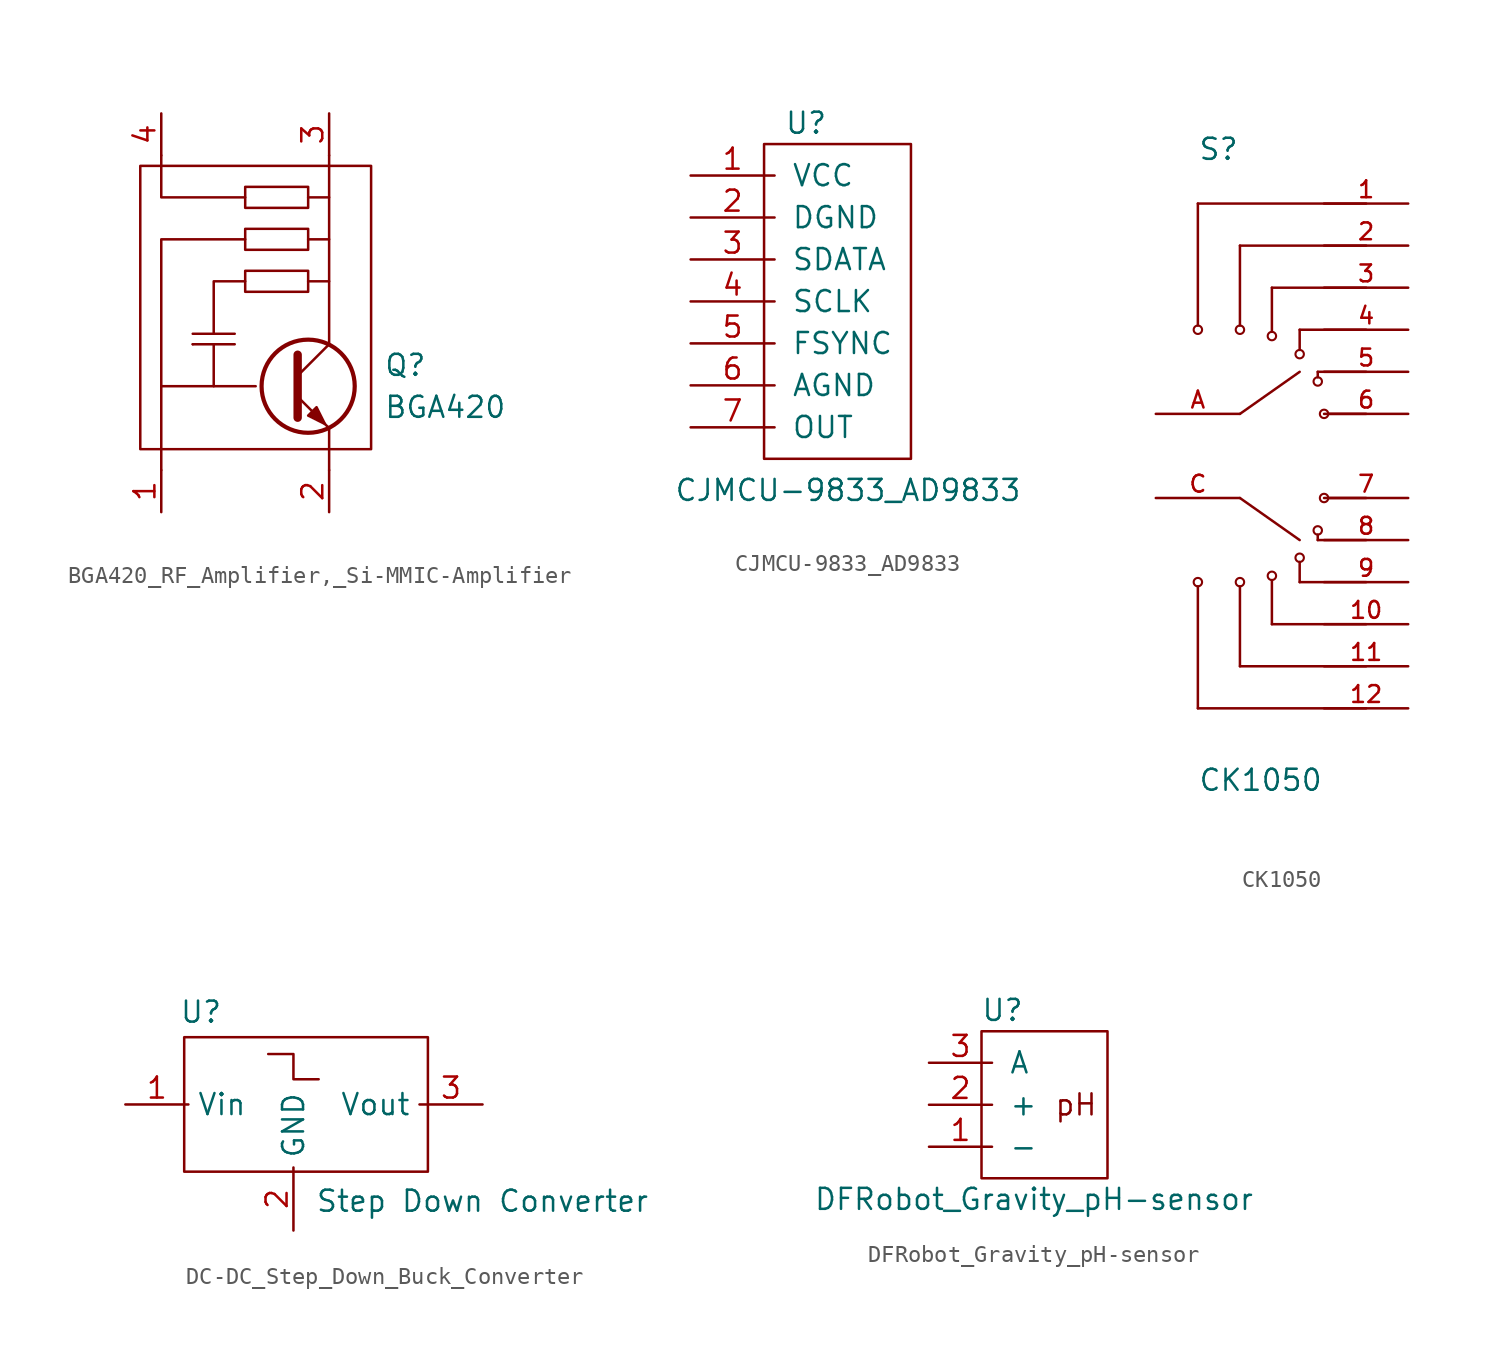
<source format=kicad_sym>
(kicad_symbol_lib
  (version 20231120)
  (generator "kicad_symbol_editor")
  (generator_version "8.0")
  (symbol "BGA420_RF_Amplifier,_Si-MMIC-Amplifier"
    (pin_names
      (offset 0) hide)
    (property "Reference" "Q"
      (at 5.842 1.27 0)
      (effects (font (size 1.27 1.27)) (justify left)))
    (property "Value" "BGA420"
      (at 5.842 -1.27 0)
      (effects (font (size 1.27 1.27)) (justify left)))
    (symbol "BGA420_RF_Amplifier,_Si-MMIC-Amplifier_0_1"
      (polyline (pts (xy -7.62 -5.08) (xy -7.62 0)) (stroke (width 0) (type default)) (fill (type none)))
      (polyline (pts (xy -7.62 0) (xy -4.445 0)) (stroke (width 0) (type default)) (fill (type none)))
      (polyline (pts (xy -5.715 2.54) (xy -5.715 2.54)) (stroke (width 0) (type default)) (fill (type none)))
      (polyline (pts (xy -5.715 3.175) (xy -3.175 3.175)) (stroke (width 0) (type default)) (fill (type none)))
      (polyline (pts (xy -3.175 2.54) (xy -5.715 2.54)) (stroke (width 0) (type default)) (fill (type none)))
      (polyline (pts (xy 0.635 0.635) (xy 2.54 2.54)) (stroke (width 0) (type default)) (fill (type none)))
      (polyline (pts (xy 1.27 6.35) (xy 2.54 6.35)) (stroke (width 0) (type default)) (fill (type none)))
      (polyline (pts (xy 1.27 8.89) (xy 2.54 8.89)) (stroke (width 0) (type default)) (fill (type none)))
      (polyline (pts (xy 1.27 11.43) (xy 2.54 11.43)) (stroke (width 0) (type default)) (fill (type none)))
      (polyline (pts (xy 2.54 -5.08) (xy 2.54 -2.54)) (stroke (width 0) (type default)) (fill (type none)))
      (polyline (pts (xy 2.54 2.54) (xy 2.54 13.97)) (stroke (width 0) (type default)) (fill (type none)))
      (polyline (pts (xy -2.54 6.35) (xy -4.445 6.35) (xy -4.445 3.175)) (stroke (width 0) (type default)) (fill (type none)))
      (polyline (pts (xy -2.54 8.89) (xy -7.62 8.89) (xy -7.62 0)) (stroke (width 0) (type default)) (fill (type none)))
      (polyline (pts (xy -2.54 11.43) (xy -7.62 11.43) (xy -7.62 13.97)) (stroke (width 0) (type default)) (fill (type none)))
      (polyline (pts (xy -1.905 0) (xy -4.445 0) (xy -4.445 2.54)) (stroke (width 0) (type default)) (fill (type none)))
      (polyline (pts (xy 0.635 -0.635) (xy 2.54 -2.54) (xy 2.54 -2.54)) (stroke (width 0) (type default)) (fill (type none)))
      (polyline (pts (xy 0.635 1.905) (xy 0.635 -1.905) (xy 0.635 -1.905)) (stroke (width 0.508) (type default)) (fill (type none)))
      (polyline (pts (xy 1.27 -1.778) (xy 1.778 -1.27) (xy 2.286 -2.286) (xy 1.27 -1.778) (xy 1.27 -1.778)) (stroke (width 0) (type default)) (fill (type outline)))
      (polyline (pts (xy 1.27 5.715) (xy 1.27 6.985) (xy -2.54 6.985) (xy -2.54 5.715) (xy 1.27 5.715)) (stroke (width 0) (type default)) (fill (type none)))
      (polyline (pts (xy 1.27 8.255) (xy 1.27 9.525) (xy -2.54 9.525) (xy -2.54 8.255) (xy 1.27 8.255)) (stroke (width 0) (type default)) (fill (type none)))
      (polyline (pts (xy 1.27 10.795) (xy 1.27 12.065) (xy -2.54 12.065) (xy -2.54 10.795) (xy 1.27 10.795)) (stroke (width 0) (type default)) (fill (type none)))
      (circle (center 1.27 0) (radius 2.819) (stroke (width 0.254) (type default)) (fill (type none)))
      (rectangle (start 5.08 -3.81) (end -8.89 13.335) (stroke (width 0) (type default)) (fill (type none))))
    (symbol "BGA420_RF_Amplifier,_Si-MMIC-Amplifier_1_1"
      (pin input line (at -7.62 -7.62 90) (length 2.54) (name "B" (effects (font (size 1.27 1.27)))) (number "1" (effects (font (size 1.27 1.27)))))
      (pin passive line (at 2.54 -7.62 90) (length 2.54) (name "E" (effects (font (size 1.27 1.27)))) (number "2" (effects (font (size 1.27 1.27)))))
      (pin passive line (at 2.54 16.51 270) (length 2.54) (name "C" (effects (font (size 1.27 1.27)))) (number "3" (effects (font (size 1.27 1.27)))))
      (pin passive line (at -7.62 16.51 270) (length 2.54) (name "" (effects (font (size 1.27 1.27)))) (number "4" (effects (font (size 1.27 1.27)))))))
  (symbol "CJMCU-9833_AD9833"
    (pin_names
      (offset 1.016))
    (property "Reference" "U"
      (at 6.985 3.175 0)
      (effects (font (size 1.27 1.27))))
    (property "Value" "CJMCU-9833_AD9833"
      (at 9.525 -19.05 0)
      (effects (font (size 1.27 1.27))))
    (symbol "CJMCU-9833_AD9833_0_1"
      (rectangle (start 4.445 1.905) (end 13.335 -17.145) (stroke (width 0) (type default)) (fill (type none))))
    (symbol "CJMCU-9833_AD9833_1_1"
      (pin power_in line (at 0 0 0) (length 5.08) (name "VCC" (effects (font (size 1.27 1.27)))) (number "1" (effects (font (size 1.27 1.27)))))
      (pin power_in line (at 0 -2.54 0) (length 5.08) (name "DGND" (effects (font (size 1.27 1.27)))) (number "2" (effects (font (size 1.27 1.27)))))
      (pin output line (at 0 -5.08 0) (length 5.08) (name "SDATA" (effects (font (size 1.27 1.27)))) (number "3" (effects (font (size 1.27 1.27)))))
      (pin output line (at 0 -7.62 0) (length 5.08) (name "SCLK" (effects (font (size 1.27 1.27)))) (number "4" (effects (font (size 1.27 1.27)))))
      (pin output line (at 0 -10.16 0) (length 5.08) (name "FSYNC" (effects (font (size 1.27 1.27)))) (number "5" (effects (font (size 1.27 1.27)))))
      (pin output line (at 0 -12.7 0) (length 5.08) (name "AGND" (effects (font (size 1.27 1.27)))) (number "6" (effects (font (size 1.27 1.27)))))
      (pin output line (at 0 -15.24 0) (length 5.08) (name "OUT" (effects (font (size 1.27 1.27)))) (number "7" (effects (font (size 1.27 1.27)))))))
  (symbol "CK1050"
    (pin_names
      (offset 1.016) hide)
    (property "Reference" "S"
      (at -5.08 17.78 0)
      (effects (font (size 1.27 1.27)) (justify left bottom)))
    (property "Value" "CK1050"
      (at -5.08 -20.32 0)
      (effects (font (size 1.27 1.27)) (justify left bottom)))
    (property "ki_locked" ""
      (at 0 0 0)
      (effects (font (size 1.27 1.27))))
    (symbol "CK1050_0_0"
      (circle (center -5.08 -7.62) (radius 0.254) (stroke (width 0.127) (type default)) (fill (type none)))
      (circle (center -5.08 7.62) (radius 0.254) (stroke (width 0.127) (type default)) (fill (type none)))
      (circle (center -2.54 -7.62) (radius 0.254) (stroke (width 0.127) (type default)) (fill (type none)))
      (circle (center -2.54 7.62) (radius 0.254) (stroke (width 0.127) (type default)) (fill (type none)))
      (circle (center -0.61 -7.239) (radius 0.254) (stroke (width 0.127) (type default)) (fill (type none)))
      (circle (center -0.61 7.239) (radius 0.254) (stroke (width 0.127) (type default)) (fill (type none)))
      (polyline (pts (xy -5.08 -15.24) (xy -5.08 -7.874)) (stroke (width 0.152) (type default)) (fill (type none)))
      (polyline (pts (xy -5.08 15.24) (xy -5.08 7.874)) (stroke (width 0.152) (type default)) (fill (type none)))
      (polyline (pts (xy -2.54 -12.7) (xy -2.54 -7.874)) (stroke (width 0.152) (type default)) (fill (type none)))
      (polyline (pts (xy -2.54 -2.54) (xy 1.067 -5.08)) (stroke (width 0.152) (type default)) (fill (type none)))
      (polyline (pts (xy -2.54 2.54) (xy 1.067 5.08)) (stroke (width 0.152) (type default)) (fill (type none)))
      (polyline (pts (xy -2.54 12.7) (xy -2.54 7.874)) (stroke (width 0.152) (type default)) (fill (type none)))
      (polyline (pts (xy -0.61 -10.16) (xy -0.61 -7.493)) (stroke (width 0.152) (type default)) (fill (type none)))
      (polyline (pts (xy -0.61 10.16) (xy -0.61 7.493)) (stroke (width 0.152) (type default)) (fill (type none)))
      (polyline (pts (xy 1.067 -7.62) (xy 1.067 -6.401)) (stroke (width 0.152) (type default)) (fill (type none)))
      (polyline (pts (xy 1.067 7.62) (xy 1.067 6.401)) (stroke (width 0.152) (type default)) (fill (type none)))
      (polyline (pts (xy 2.159 -5.08) (xy 2.159 -4.75)) (stroke (width 0.152) (type default)) (fill (type none)))
      (polyline (pts (xy 2.159 5.08) (xy 2.159 4.75)) (stroke (width 0.152) (type default)) (fill (type none)))
      (polyline (pts (xy 5.08 -15.24) (xy -5.08 -15.24)) (stroke (width 0.152) (type default)) (fill (type none)))
      (polyline (pts (xy 5.08 -12.7) (xy -2.54 -12.7)) (stroke (width 0.152) (type default)) (fill (type none)))
      (polyline (pts (xy 5.08 -10.16) (xy -0.61 -10.16)) (stroke (width 0.152) (type default)) (fill (type none)))
      (polyline (pts (xy 5.08 -7.62) (xy 1.067 -7.62)) (stroke (width 0.152) (type default)) (fill (type none)))
      (polyline (pts (xy 5.08 -5.08) (xy 2.159 -5.08)) (stroke (width 0.152) (type default)) (fill (type none)))
      (polyline (pts (xy 5.08 -2.54) (xy 2.794 -2.54)) (stroke (width 0.152) (type default)) (fill (type none)))
      (polyline (pts (xy 5.08 2.54) (xy 2.794 2.54)) (stroke (width 0.152) (type default)) (fill (type none)))
      (polyline (pts (xy 5.08 5.08) (xy 2.159 5.08)) (stroke (width 0.152) (type default)) (fill (type none)))
      (polyline (pts (xy 5.08 7.62) (xy 1.067 7.62)) (stroke (width 0.152) (type default)) (fill (type none)))
      (polyline (pts (xy 5.08 10.16) (xy -0.61 10.16)) (stroke (width 0.152) (type default)) (fill (type none)))
      (polyline (pts (xy 5.08 12.7) (xy -2.54 12.7)) (stroke (width 0.152) (type default)) (fill (type none)))
      (polyline (pts (xy 5.08 15.24) (xy -5.08 15.24)) (stroke (width 0.152) (type default)) (fill (type none)))
      (circle (center 1.067 -6.147) (radius 0.254) (stroke (width 0.127) (type default)) (fill (type none)))
      (circle (center 1.067 6.147) (radius 0.254) (stroke (width 0.127) (type default)) (fill (type none)))
      (circle (center 2.159 -4.496) (radius 0.254) (stroke (width 0.127) (type default)) (fill (type none)))
      (circle (center 2.159 4.496) (radius 0.254) (stroke (width 0.127) (type default)) (fill (type none)))
      (circle (center 2.54 -2.54) (radius 0.254) (stroke (width 0.127) (type default)) (fill (type none)))
      (circle (center 2.54 2.54) (radius 0.254) (stroke (width 0.127) (type default)) (fill (type none)))
      (pin passive line (at 7.62 15.24 180) (length 5.08) (name "~" (effects (font (size 1.016 1.016)))) (number "1" (effects (font (size 1.016 1.016)))))
      (pin passive line (at 7.62 -10.16 180) (length 5.08) (name "~" (effects (font (size 1.016 1.016)))) (number "10" (effects (font (size 1.016 1.016)))))
      (pin passive line (at 7.62 -12.7 180) (length 5.08) (name "~" (effects (font (size 1.016 1.016)))) (number "11" (effects (font (size 1.016 1.016)))))
      (pin passive line (at 7.62 -15.24 180) (length 5.08) (name "~" (effects (font (size 1.016 1.016)))) (number "12" (effects (font (size 1.016 1.016)))))
      (pin passive line (at 7.62 12.7 180) (length 5.08) (name "~" (effects (font (size 1.016 1.016)))) (number "2" (effects (font (size 1.016 1.016)))))
      (pin passive line (at 7.62 10.16 180) (length 5.08) (name "~" (effects (font (size 1.016 1.016)))) (number "3" (effects (font (size 1.016 1.016)))))
      (pin passive line (at 7.62 7.62 180) (length 5.08) (name "~" (effects (font (size 1.016 1.016)))) (number "4" (effects (font (size 1.016 1.016)))))
      (pin passive line (at 7.62 5.08 180) (length 5.08) (name "~" (effects (font (size 1.016 1.016)))) (number "5" (effects (font (size 1.016 1.016)))))
      (pin passive line (at 7.62 2.54 180) (length 5.08) (name "~" (effects (font (size 1.016 1.016)))) (number "6" (effects (font (size 1.016 1.016)))))
      (pin passive line (at 7.62 -2.54 180) (length 5.08) (name "~" (effects (font (size 1.016 1.016)))) (number "7" (effects (font (size 1.016 1.016)))))
      (pin passive line (at 7.62 -5.08 180) (length 5.08) (name "~" (effects (font (size 1.016 1.016)))) (number "8" (effects (font (size 1.016 1.016)))))
      (pin passive line (at 7.62 -7.62 180) (length 5.08) (name "~" (effects (font (size 1.016 1.016)))) (number "9" (effects (font (size 1.016 1.016)))))
      (pin passive line (at -7.62 2.54 0) (length 5.08) (name "~" (effects (font (size 1.016 1.016)))) (number "A" (effects (font (size 1.016 1.016)))))
      (pin passive line (at -7.62 -2.54 0) (length 5.08) (name "~" (effects (font (size 1.016 1.016)))) (number "C" (effects (font (size 1.016 1.016)))))))
  (symbol "DC-DC_Step_Down_Buck_Converter"
    (property "Reference" "U"
      (at 4.572 5.588 0)
      (effects (font (size 1.27 1.27))))
    (property "Value" "Step Down Converter"
      (at 21.59 -5.842 0)
      (effects (font (size 1.27 1.27))))
    (symbol "DC-DC_Step_Down_Buck_Converter_0_1"
      (polyline (pts (xy 8.636 3.048) (xy 10.16 3.048) (xy 10.16 1.524) (xy 11.684 1.524)) (stroke (width 0) (type default)) (fill (type none)))
      (rectangle (start 3.556 4.064) (end 18.288 -4.064) (stroke (width 0) (type default)) (fill (type none))))
    (symbol "DC-DC_Step_Down_Buck_Converter_1_1"
      (pin power_in line (at 0 0 0) (length 3.81) (name "Vin" (effects (font (size 1.27 1.27)))) (number "1" (effects (font (size 1.27 1.27)))))
      (pin power_in line (at 10.16 -7.62 90) (length 3.81) (name "GND" (effects (font (size 1.27 1.27)))) (number "2" (effects (font (size 1.27 1.27)))))
      (pin power_out line (at 21.59 0 180) (length 3.81) (name "Vout" (effects (font (size 1.27 1.27)))) (number "3" (effects (font (size 1.27 1.27)))))))
  (symbol "DFRobot_Gravity_pH-sensor"
    (pin_names
      (offset 1.016))
    (property "Reference" "U"
      (at 4.445 3.175 0)
      (effects (font (size 1.27 1.27))))
    (property "Value" "DFRobot_Gravity_pH-sensor"
      (at 6.35 -8.255 0)
      (effects (font (size 1.27 1.27))))
    (symbol "DFRobot_Gravity_pH-sensor_0_0"
      (text "pH" (at 8.89 -2.54 0) (effects (font (size 1.27 1.27)))))
    (symbol "DFRobot_Gravity_pH-sensor_0_1"
      (rectangle (start 3.175 1.905) (end 10.795 -6.985) (stroke (width 0) (type default)) (fill (type none))))
    (symbol "DFRobot_Gravity_pH-sensor_1_1"
      (pin power_in line (at 0 -5.08 0) (length 3.81) (name "-" (effects (font (size 1.27 1.27)))) (number "1" (effects (font (size 1.27 1.27)))))
      (pin power_in line (at 0 -2.54 0) (length 3.81) (name "+" (effects (font (size 1.27 1.27)))) (number "2" (effects (font (size 1.27 1.27)))))
      (pin output line (at 0 0 0) (length 3.81) (name "A" (effects (font (size 1.27 1.27)))) (number "3" (effects (font (size 1.27 1.27))))))))
</source>
